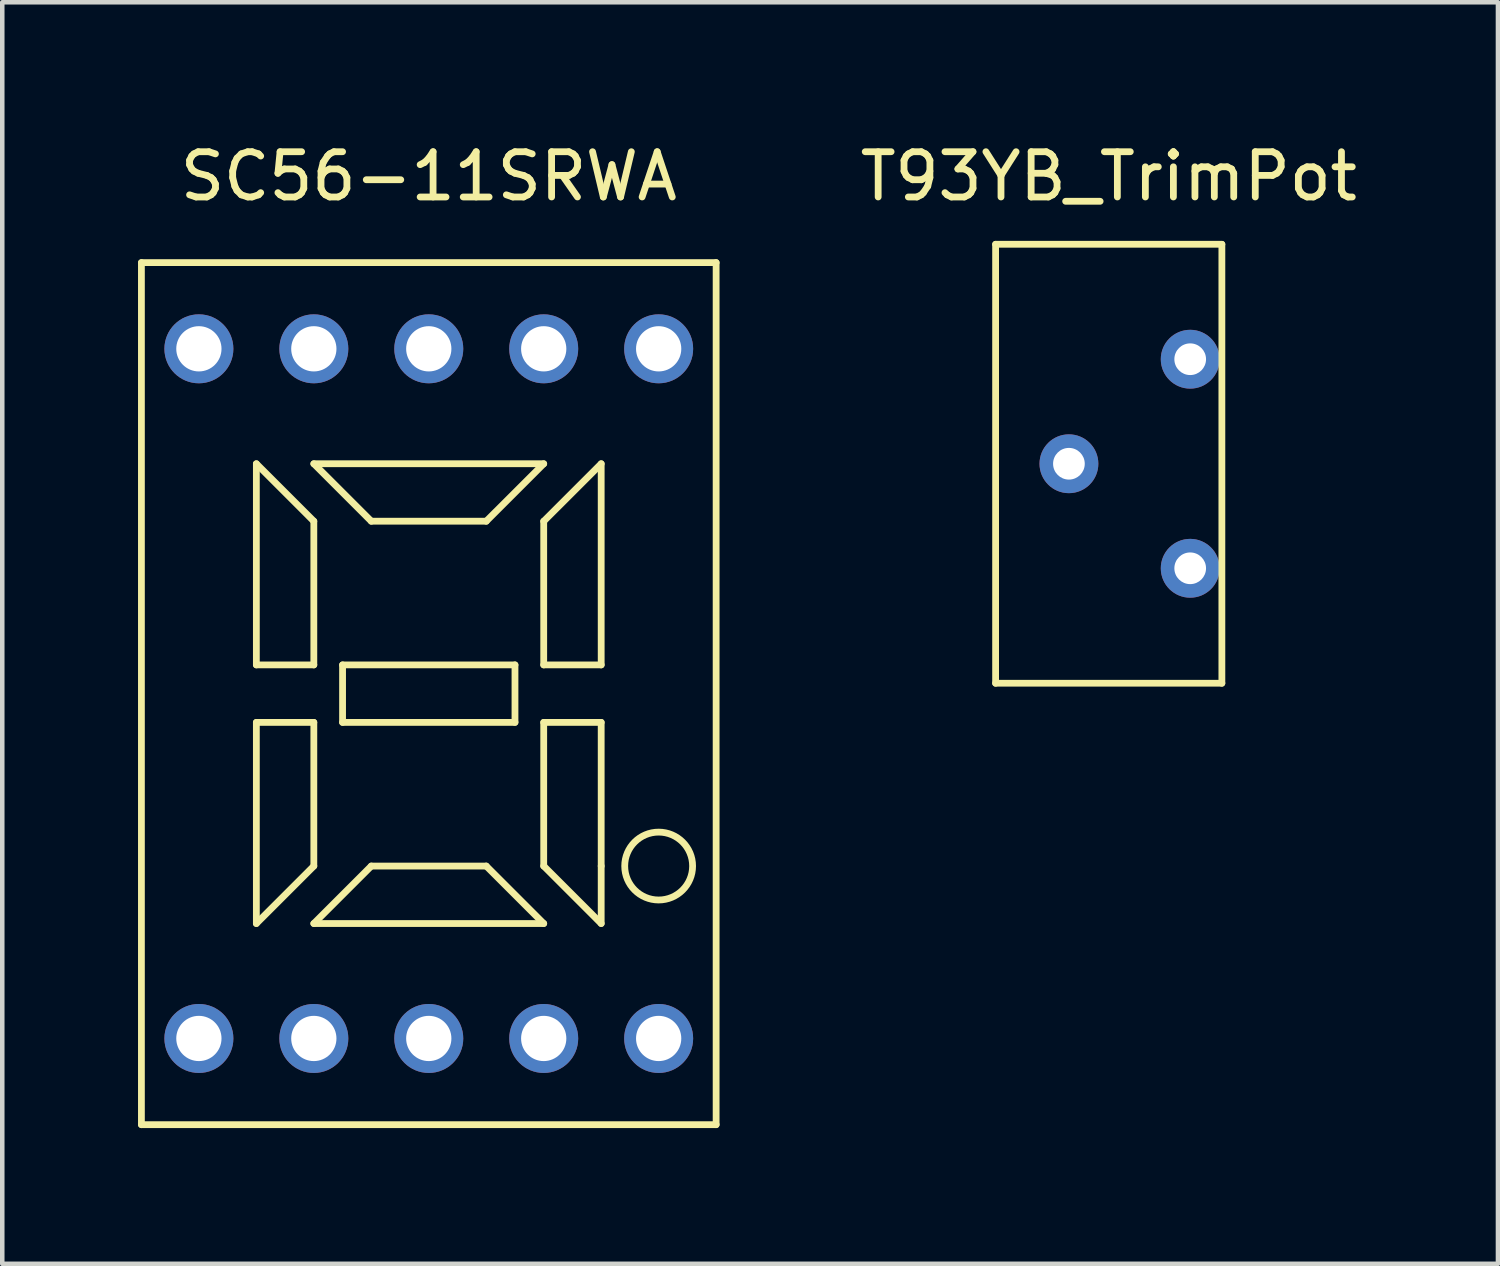
<source format=kicad_pcb>
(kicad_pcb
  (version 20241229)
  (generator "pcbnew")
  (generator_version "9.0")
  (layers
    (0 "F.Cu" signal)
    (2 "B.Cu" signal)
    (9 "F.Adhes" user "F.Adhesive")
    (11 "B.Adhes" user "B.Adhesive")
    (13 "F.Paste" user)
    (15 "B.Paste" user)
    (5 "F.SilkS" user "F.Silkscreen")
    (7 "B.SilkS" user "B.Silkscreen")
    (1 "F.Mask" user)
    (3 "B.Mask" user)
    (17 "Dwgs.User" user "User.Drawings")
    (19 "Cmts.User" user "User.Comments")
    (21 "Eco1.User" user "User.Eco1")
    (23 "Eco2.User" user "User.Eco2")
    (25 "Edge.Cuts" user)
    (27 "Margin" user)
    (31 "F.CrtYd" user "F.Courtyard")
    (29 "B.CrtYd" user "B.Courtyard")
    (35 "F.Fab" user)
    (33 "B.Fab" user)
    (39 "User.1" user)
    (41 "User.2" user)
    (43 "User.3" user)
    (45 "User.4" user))
  (footprint "SC56-11SRWA"
    (layer "F.Cu")
    (at 6.425 12.278)
    (property "Reference" "SC56-11SRWA" (at 0 -11.43 0) (layer "F.SilkS") (effects (font (size 1 1) (thickness 0.15))))
    (attr through_hole)
    (fp_line (start -6.35 -9.525) (end 6.35 -9.525) (stroke (width 0.15) (type solid)) (layer "F.SilkS"))
    (fp_line (start -6.35 9.525) (end -6.35 -9.525) (stroke (width 0.15) (type solid)) (layer "F.SilkS"))
    (fp_line (start -3.81 -5.08) (end -2.54 -3.81) (stroke (width 0.15) (type solid)) (layer "F.SilkS"))
    (fp_line (start -3.81 -0.635) (end -3.81 -5.08) (stroke (width 0.15) (type solid)) (layer "F.SilkS"))
    (fp_line (start -3.81 -0.635) (end -2.54 -0.635) (stroke (width 0.15) (type solid)) (layer "F.SilkS"))
    (fp_line (start -3.81 5.08) (end -3.81 0.635) (stroke (width 0.15) (type solid)) (layer "F.SilkS"))
    (fp_line (start -2.54 -5.08) (end -1.27 -3.81) (stroke (width 0.15) (type solid)) (layer "F.SilkS"))
    (fp_line (start -2.54 -3.81) (end -2.54 -0.635) (stroke (width 0.15) (type solid)) (layer "F.SilkS"))
    (fp_line (start -2.54 0.635) (end -3.81 0.635) (stroke (width 0.15) (type solid)) (layer "F.SilkS"))
    (fp_line (start -2.54 0.635) (end -2.54 3.81) (stroke (width 0.15) (type solid)) (layer "F.SilkS"))
    (fp_line (start -2.54 3.81) (end -3.81 5.08) (stroke (width 0.15) (type solid)) (layer "F.SilkS"))
    (fp_line (start -2.54 5.08) (end -1.27 3.81) (stroke (width 0.15) (type solid)) (layer "F.SilkS"))
    (fp_line (start -1.905 -0.635) (end 1.905 -0.635) (stroke (width 0.15) (type solid)) (layer "F.SilkS"))
    (fp_line (start -1.905 0.635) (end -1.905 -0.635) (stroke (width 0.15) (type solid)) (layer "F.SilkS"))
    (fp_line (start -1.27 -3.81) (end 1.27 -3.81) (stroke (width 0.15) (type solid)) (layer "F.SilkS"))
    (fp_line (start -1.27 3.81) (end 1.27 3.81) (stroke (width 0.15) (type solid)) (layer "F.SilkS"))
    (fp_line (start 1.27 -3.81) (end 2.54 -5.08) (stroke (width 0.15) (type solid)) (layer "F.SilkS"))
    (fp_line (start 1.27 3.81) (end 2.54 5.08) (stroke (width 0.15) (type solid)) (layer "F.SilkS"))
    (fp_line (start 1.905 -0.635) (end 1.905 0.635) (stroke (width 0.15) (type solid)) (layer "F.SilkS"))
    (fp_line (start 1.905 0.635) (end -1.905 0.635) (stroke (width 0.15) (type solid)) (layer "F.SilkS"))
    (fp_line (start 2.54 -5.08) (end -2.54 -5.08) (stroke (width 0.15) (type solid)) (layer "F.SilkS"))
    (fp_line (start 2.54 -3.81) (end 3.81 -5.08) (stroke (width 0.15) (type solid)) (layer "F.SilkS"))
    (fp_line (start 2.54 -0.635) (end 2.54 -3.81) (stroke (width 0.15) (type solid)) (layer "F.SilkS"))
    (fp_line (start 2.54 0.635) (end 3.81 0.635) (stroke (width 0.15) (type solid)) (layer "F.SilkS"))
    (fp_line (start 2.54 3.81) (end 2.54 0.635) (stroke (width 0.15) (type solid)) (layer "F.SilkS"))
    (fp_line (start 2.54 5.08) (end -2.54 5.08) (stroke (width 0.15) (type solid)) (layer "F.SilkS"))
    (fp_line (start 3.81 -5.08) (end 3.81 -0.635) (stroke (width 0.15) (type solid)) (layer "F.SilkS"))
    (fp_line (start 3.81 -0.635) (end 2.54 -0.635) (stroke (width 0.15) (type solid)) (layer "F.SilkS"))
    (fp_line (start 3.81 0.635) (end 3.81 3.81) (stroke (width 0.15) (type solid)) (layer "F.SilkS"))
    (fp_line (start 3.81 3.81) (end 3.81 5.08) (stroke (width 0.15) (type solid)) (layer "F.SilkS"))
    (fp_line (start 3.81 5.08) (end 2.54 3.81) (stroke (width 0.15) (type solid)) (layer "F.SilkS"))
    (fp_line (start 6.35 -9.525) (end 6.35 9.525) (stroke (width 0.15) (type solid)) (layer "F.SilkS"))
    (fp_line (start 6.35 9.525) (end -6.35 9.525) (stroke (width 0.15) (type solid)) (layer "F.SilkS"))
    (fp_circle (center 5.08 3.81) (end 5.83 3.81) (stroke (width 0.15) (type solid)) (fill no) (layer "F.SilkS"))
    (pad "1" thru_hole circle (at -5.08 7.62) (size 1.524 1.524) (drill 1) (layers "*.Cu" "*.Mask"))
    (pad "2" thru_hole circle (at -2.54 7.62) (size 1.524 1.524) (drill 1) (layers "*.Cu" "*.Mask"))
    (pad "3" thru_hole circle (at 0 7.62) (size 1.524 1.524) (drill 1) (layers "*.Cu" "*.Mask"))
    (pad "4" thru_hole circle (at 2.54 7.62) (size 1.524 1.524) (drill 1) (layers "*.Cu" "*.Mask"))
    (pad "5" thru_hole circle (at 5.08 7.62) (size 1.524 1.524) (drill 1) (layers "*.Cu" "*.Mask"))
    (pad "6" thru_hole circle (at -5.08 -7.62) (size 1.524 1.524) (drill 1) (layers "*.Cu" "*.Mask"))
    (pad "7" thru_hole circle (at -2.54 -7.62) (size 1.524 1.524) (drill 1) (layers "*.Cu" "*.Mask"))
    (pad "8" thru_hole circle (at 0 -7.62) (size 1.524 1.524) (drill 1) (layers "*.Cu" "*.Mask"))
    (pad "9" thru_hole circle (at 2.54 -7.62) (size 1.524 1.524) (drill 1) (layers "*.Cu" "*.Mask"))
    (pad "10" thru_hole circle (at 5.08 -7.62) (size 1.524 1.524) (drill 1) (layers "*.Cu" "*.Mask")))
  (footprint "T93YB_TrimPot"
    (layer "F.Cu")
    (at 21.451 7.198)
    (property "Reference" "T93YB_TrimPot" (at 0 -6.35 0) (layer "F.SilkS") (effects (font (size 1 1) (thickness 0.15))))
    (attr through_hole)
    (fp_line (start -2.5 -4.85) (end 2.5 -4.85) (stroke (width 0.15) (type solid)) (layer "F.SilkS"))
    (fp_line (start -2.5 4.85) (end -2.5 -4.85) (stroke (width 0.15) (type solid)) (layer "F.SilkS"))
    (fp_line (start -2.5 4.85) (end 2.5 4.85) (stroke (width 0.15) (type solid)) (layer "F.SilkS"))
    (fp_line (start 2.5 -4.85) (end 2.5 4.85) (stroke (width 0.15) (type solid)) (layer "F.SilkS"))
    (pad "1" thru_hole circle (at 1.8 -2.31) (size 1.3 1.3) (drill 0.7) (layers "*.Cu" "*.Mask"))
    (pad "2" thru_hole circle (at -0.88 0) (size 1.3 1.3) (drill 0.7) (layers "*.Cu" "*.Mask"))
    (pad "3" thru_hole circle (at 1.8 2.31) (size 1.3 1.3) (drill 0.7) (layers "*.Cu" "*.Mask")))
  (gr_rect
    (start -3 -3)
    (end 30.052 24.878)
    (stroke (width 0.1) (type default))
    (fill no)
    (layer "Edge.Cuts")))
</source>
